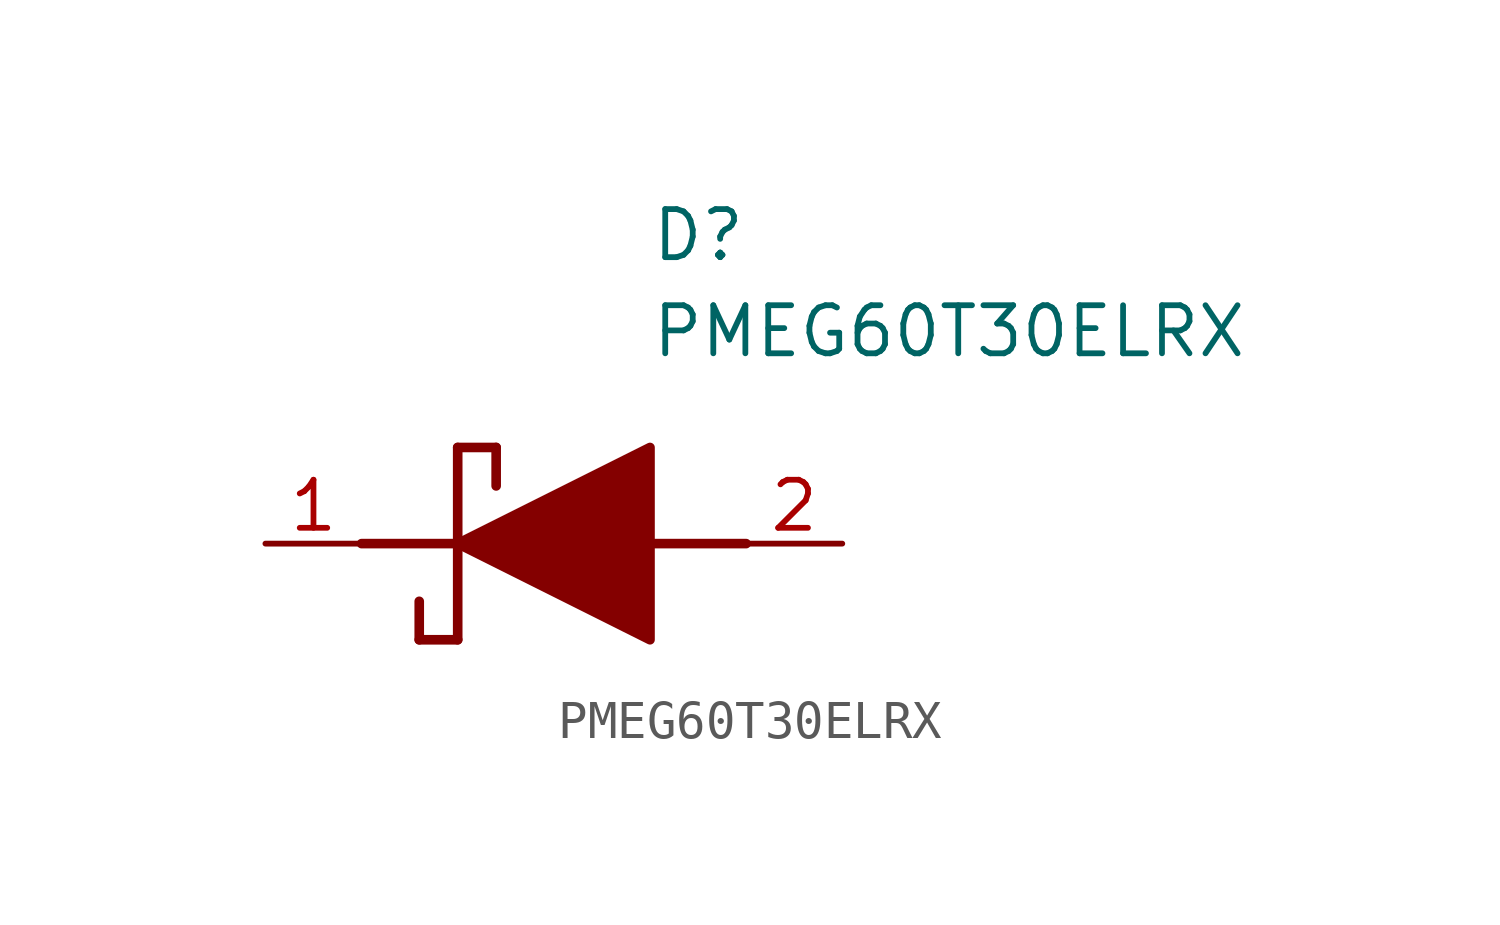
<source format=kicad_sym>
(kicad_symbol_lib
  (version 20220914)
  (generator SamacSys_ECAD_Model)
  (symbol "PMEG60T30ELRX"
    (pin_names hide)
    (property "Reference" "D"
      (at 12.7 8.89 0)
      (effects (font (size 1.27 1.27)) (justify left top)))
    (property "Value" "PMEG60T30ELRX"
      (at 12.7 6.35 0)
      (effects (font (size 1.27 1.27)) (justify left top)))
    (polyline
      (pts (xy 7.62 2.54) (xy 7.62 -2.54))
      (stroke (width 0.254) (type default))
      (fill (type none)))
    (polyline
      (pts (xy 7.62 2.54) (xy 8.636 2.54))
      (stroke (width 0.254) (type default))
      (fill (type none)))
    (polyline
      (pts (xy 8.636 1.524) (xy 8.636 2.54))
      (stroke (width 0.254) (type default))
      (fill (type none)))
    (polyline
      (pts (xy 7.62 -2.54) (xy 6.604 -2.54))
      (stroke (width 0.254) (type default))
      (fill (type none)))
    (polyline
      (pts (xy 6.604 -1.524) (xy 6.604 -2.54))
      (stroke (width 0.254) (type default))
      (fill (type none)))
    (polyline
      (pts (xy 5.08 0) (xy 7.62 0))
      (stroke (width 0.254) (type default))
      (fill (type none)))
    (polyline
      (pts (xy 12.7 0) (xy 15.24 0))
      (stroke (width 0.254) (type default))
      (fill (type none)))
    (polyline
      (pts (xy 7.62 0) (xy 12.7 2.54) (xy 12.7 -2.54) (xy 7.62 0))
      (stroke (width 0.254) (type default))
      (fill (type outline)))
    (pin passive line
      (at 2.54 0 0)
      (length 2.54)
      (name "K" (effects (font (size 1.27 1.27))))
      (number "1" (effects (font (size 1.27 1.27)))))
    (pin passive line
      (at 17.78 0 180)
      (length 2.54)
      (name "A" (effects (font (size 1.27 1.27))))
      (number "2" (effects (font (size 1.27 1.27)))))))
</source>
